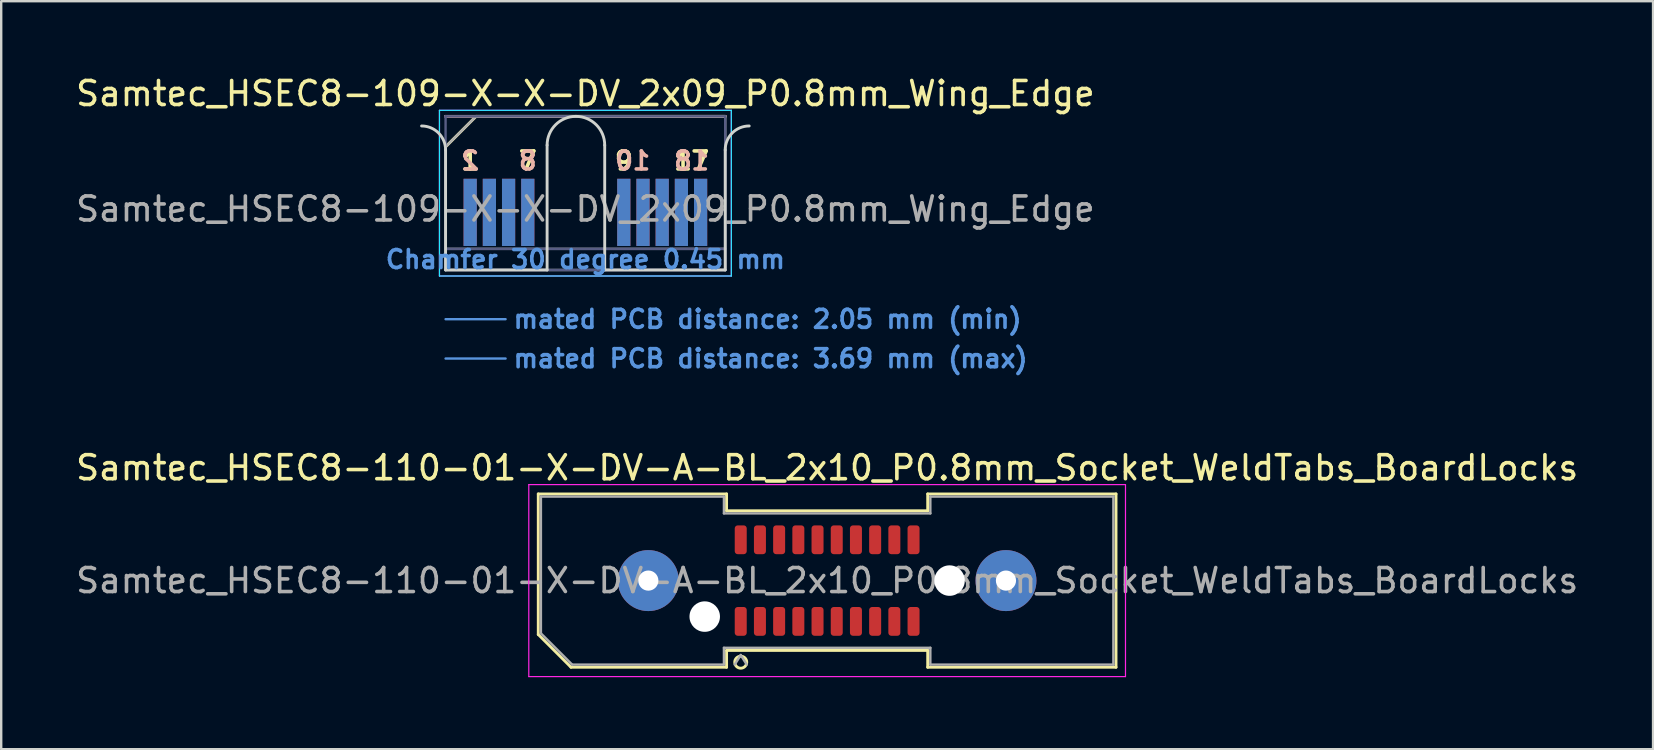
<source format=kicad_pcb>
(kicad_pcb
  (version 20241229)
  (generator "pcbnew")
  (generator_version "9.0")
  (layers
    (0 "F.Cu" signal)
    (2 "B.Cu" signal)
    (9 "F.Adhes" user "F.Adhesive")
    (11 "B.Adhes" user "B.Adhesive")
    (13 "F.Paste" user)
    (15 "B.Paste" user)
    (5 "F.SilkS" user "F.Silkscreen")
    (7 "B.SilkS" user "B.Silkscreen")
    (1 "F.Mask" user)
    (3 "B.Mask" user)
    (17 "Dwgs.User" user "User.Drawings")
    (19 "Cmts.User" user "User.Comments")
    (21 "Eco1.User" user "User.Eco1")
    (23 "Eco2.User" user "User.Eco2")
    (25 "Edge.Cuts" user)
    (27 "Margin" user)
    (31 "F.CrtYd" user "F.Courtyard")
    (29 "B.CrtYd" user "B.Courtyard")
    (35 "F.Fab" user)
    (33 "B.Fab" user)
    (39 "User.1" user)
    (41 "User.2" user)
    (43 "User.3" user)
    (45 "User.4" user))
  (footprint "Samtec_HSEC8-110-01-X-DV-A-BL_2x10_P0.8mm_Socket_WeldTabs_BoardLocks"
    (layer "F.Cu")
    (at 31.411 21.139)
    (property "Reference" "Samtec_HSEC8-110-01-X-DV-A-BL_2x10_P0.8mm_Socket_WeldTabs_BoardLocks" (at 0 -4.7 0) (layer "F.SilkS") (effects (font (size 1 1) (thickness 0.15))))
    (attr smd)
    (fp_line (start -12.035 -3.61) (end -4.19 -3.61) (stroke (width 0.12) (type solid)) (layer "F.SilkS"))
    (fp_line (start -12.035 2.246) (end -12.035 -3.61) (stroke (width 0.12) (type solid)) (layer "F.SilkS"))
    (fp_line (start -10.671 3.61) (end -12.035 2.246) (stroke (width 0.12) (type solid)) (layer "F.SilkS"))
    (fp_line (start -4.19 -3.61) (end -4.19 -2.91) (stroke (width 0.12) (type solid)) (layer "F.SilkS"))
    (fp_line (start -4.19 -2.91) (end 4.19 -2.91) (stroke (width 0.12) (type solid)) (layer "F.SilkS"))
    (fp_line (start -4.19 2.91) (end -4.19 3.61) (stroke (width 0.12) (type solid)) (layer "F.SilkS"))
    (fp_line (start -4.19 3.61) (end -10.671 3.61) (stroke (width 0.12) (type solid)) (layer "F.SilkS"))
    (fp_line (start 4.19 -3.61) (end 12.035 -3.61) (stroke (width 0.12) (type solid)) (layer "F.SilkS"))
    (fp_line (start 4.19 -2.91) (end 4.19 -3.61) (stroke (width 0.12) (type solid)) (layer "F.SilkS"))
    (fp_line (start 4.19 2.91) (end -4.19 2.91) (stroke (width 0.12) (type solid)) (layer "F.SilkS"))
    (fp_line (start 4.19 3.61) (end 4.19 2.91) (stroke (width 0.12) (type solid)) (layer "F.SilkS"))
    (fp_line (start 12.035 -3.61) (end 12.035 3.61) (stroke (width 0.12) (type solid)) (layer "F.SilkS"))
    (fp_line (start 12.035 3.61) (end 4.19 3.61) (stroke (width 0.12) (type solid)) (layer "F.SilkS"))
    (fp_circle (center -3.6 3.4) (end -3.35 3.4) (stroke (width 0.12) (type solid)) (fill no) (layer "F.SilkS"))
    (fp_line (start -12.43 -4) (end -12.43 4) (stroke (width 0.05) (type solid)) (layer "F.CrtYd"))
    (fp_line (start -12.43 4) (end 12.43 4) (stroke (width 0.05) (type solid)) (layer "F.CrtYd"))
    (fp_line (start 12.43 -4) (end -12.43 -4) (stroke (width 0.05) (type solid)) (layer "F.CrtYd"))
    (fp_line (start 12.43 4) (end 12.43 -4) (stroke (width 0.05) (type solid)) (layer "F.CrtYd"))
    (fp_line (start -11.925 -3.5) (end -4.3 -3.5) (stroke (width 0.1) (type solid)) (layer "F.Fab"))
    (fp_line (start -11.925 2.2) (end -11.925 -3.5) (stroke (width 0.1) (type solid)) (layer "F.Fab"))
    (fp_line (start -10.625 3.5) (end -11.925 2.2) (stroke (width 0.1) (type solid)) (layer "F.Fab"))
    (fp_line (start -4.3 -3.5) (end -4.3 -2.8) (stroke (width 0.1) (type solid)) (layer "F.Fab"))
    (fp_line (start -4.3 -2.8) (end 4.3 -2.8) (stroke (width 0.1) (type solid)) (layer "F.Fab"))
    (fp_line (start -4.3 2.8) (end -4.3 3.5) (stroke (width 0.1) (type solid)) (layer "F.Fab"))
    (fp_line (start -4.3 3.5) (end -10.625 3.5) (stroke (width 0.1) (type solid)) (layer "F.Fab"))
    (fp_line (start -3.6 3.1) (end -3.85 3.5) (stroke (width 0.1) (type solid)) (layer "F.Fab"))
    (fp_line (start -3.6 3.1) (end -3.35 3.5) (stroke (width 0.1) (type solid)) (layer "F.Fab"))
    (fp_line (start 4.3 -3.5) (end 11.925 -3.5) (stroke (width 0.1) (type solid)) (layer "F.Fab"))
    (fp_line (start 4.3 -2.8) (end 4.3 -3.5) (stroke (width 0.1) (type solid)) (layer "F.Fab"))
    (fp_line (start 4.3 2.8) (end -4.3 2.8) (stroke (width 0.1) (type solid)) (layer "F.Fab"))
    (fp_line (start 4.3 3.5) (end 4.3 2.8) (stroke (width 0.1) (type solid)) (layer "F.Fab"))
    (fp_line (start 11.925 -3.5) (end 11.925 3.5) (stroke (width 0.1) (type solid)) (layer "F.Fab"))
    (fp_line (start 11.925 3.5) (end 4.3 3.5) (stroke (width 0.1) (type solid)) (layer "F.Fab"))
    (fp_text user "${REFERENCE}" (at 0 0 0) (layer "F.Fab") (effects (font (size 1 1) (thickness 0.15))))
    (pad "" thru_hole circle (at -7.45 0) (size 2.54 2.54) (drill 0.84) (layers "*.Cu" "*.Mask" "F.Paste"))
    (pad "" np_thru_hole circle (at -5.1 1.5) (size 1.27 1.27) (drill 1.27) (layers "*.Cu" "*.Mask"))
    (pad "" np_thru_hole circle (at 5.1 0) (size 1.27 1.27) (drill 1.27) (layers "*.Cu" "*.Mask"))
    (pad "" thru_hole circle (at 7.45 0) (size 2.54 2.54) (drill 0.84) (layers "*.Cu" "*.Mask" "F.Paste"))
    (pad "1" smd roundrect (at -3.6 1.7) (size 0.5 1.2) (layers "F.Cu" "F.Mask" "F.Paste") (roundrect_rratio 0.25))
    (pad "2" smd roundrect (at -3.6 -1.7) (size 0.5 1.2) (layers "F.Cu" "F.Mask" "F.Paste") (roundrect_rratio 0.25))
    (pad "3" smd roundrect (at -2.8 1.7) (size 0.5 1.2) (layers "F.Cu" "F.Mask" "F.Paste") (roundrect_rratio 0.25))
    (pad "4" smd roundrect (at -2.8 -1.7) (size 0.5 1.2) (layers "F.Cu" "F.Mask" "F.Paste") (roundrect_rratio 0.25))
    (pad "5" smd roundrect (at -2 1.7) (size 0.5 1.2) (layers "F.Cu" "F.Mask" "F.Paste") (roundrect_rratio 0.25))
    (pad "6" smd roundrect (at -2 -1.7) (size 0.5 1.2) (layers "F.Cu" "F.Mask" "F.Paste") (roundrect_rratio 0.25))
    (pad "7" smd roundrect (at -1.2 1.7) (size 0.5 1.2) (layers "F.Cu" "F.Mask" "F.Paste") (roundrect_rratio 0.25))
    (pad "8" smd roundrect (at -1.2 -1.7) (size 0.5 1.2) (layers "F.Cu" "F.Mask" "F.Paste") (roundrect_rratio 0.25))
    (pad "9" smd roundrect (at -0.4 1.7) (size 0.5 1.2) (layers "F.Cu" "F.Mask" "F.Paste") (roundrect_rratio 0.25))
    (pad "10" smd roundrect (at -0.4 -1.7) (size 0.5 1.2) (layers "F.Cu" "F.Mask" "F.Paste") (roundrect_rratio 0.25))
    (pad "11" smd roundrect (at 0.4 1.7) (size 0.5 1.2) (layers "F.Cu" "F.Mask" "F.Paste") (roundrect_rratio 0.25))
    (pad "12" smd roundrect (at 0.4 -1.7) (size 0.5 1.2) (layers "F.Cu" "F.Mask" "F.Paste") (roundrect_rratio 0.25))
    (pad "13" smd roundrect (at 1.2 1.7) (size 0.5 1.2) (layers "F.Cu" "F.Mask" "F.Paste") (roundrect_rratio 0.25))
    (pad "14" smd roundrect (at 1.2 -1.7) (size 0.5 1.2) (layers "F.Cu" "F.Mask" "F.Paste") (roundrect_rratio 0.25))
    (pad "15" smd roundrect (at 2 1.7) (size 0.5 1.2) (layers "F.Cu" "F.Mask" "F.Paste") (roundrect_rratio 0.25))
    (pad "16" smd roundrect (at 2 -1.7) (size 0.5 1.2) (layers "F.Cu" "F.Mask" "F.Paste") (roundrect_rratio 0.25))
    (pad "17" smd roundrect (at 2.8 1.7) (size 0.5 1.2) (layers "F.Cu" "F.Mask" "F.Paste") (roundrect_rratio 0.25))
    (pad "18" smd roundrect (at 2.8 -1.7) (size 0.5 1.2) (layers "F.Cu" "F.Mask" "F.Paste") (roundrect_rratio 0.25))
    (pad "19" smd roundrect (at 3.6 1.7) (size 0.5 1.2) (layers "F.Cu" "F.Mask" "F.Paste") (roundrect_rratio 0.25))
    (pad "20" smd roundrect (at 3.6 -1.7) (size 0.5 1.2) (layers "F.Cu" "F.Mask" "F.Paste") (roundrect_rratio 0.25)))
  (footprint "Samtec_HSEC8-109-X-X-DV_2x09_P0.8mm_Wing_Edge"
    (layer "F.Cu")
    (at 21.339 8.198)
    (property "Reference" "Samtec_HSEC8-109-X-X-DV_2x09_P0.8mm_Wing_Edge" (at 0 -7.35 0) (layer "F.SilkS") (effects (font (size 1 1) (thickness 0.15))))
    (attr exclude_from_pos_files exclude_from_bom)
    (fp_line (start -5.825 -5.13) (end -4.555 -6.4) (stroke (width 0.12) (type solid)) (layer "F.SilkS"))
    (fp_line (start -4.555 -6.4) (end 5.825 -6.4) (stroke (width 0.12) (type solid)) (layer "F.SilkS"))
    (fp_line (start -5.825 -6.4) (end -5.825 -6.4) (stroke (width 0.12) (type solid)) (layer "B.SilkS"))
    (fp_line (start -5.825 -6.4) (end 5.825 -6.4) (stroke (width 0.12) (type solid)) (layer "B.SilkS"))
    (fp_line (start -5.825 2.05) (end -3.325 2.05) (stroke (width 0.1) (type solid)) (layer "Cmts.User"))
    (fp_line (start -5.825 3.69) (end -3.325 3.69) (stroke (width 0.1) (type solid)) (layer "Cmts.User"))
    (fp_line (start -5.825 -5) (end -5.825 0) (stroke (width 0.12) (type solid)) (layer "Edge.Cuts"))
    (fp_line (start -5.825 0) (end -1.595 0) (stroke (width 0.12) (type solid)) (layer "Edge.Cuts"))
    (fp_line (start -1.595 0) (end -1.595 -5.2) (stroke (width 0.12) (type solid)) (layer "Edge.Cuts"))
    (fp_line (start 0.805 -5.2) (end 0.805 0) (stroke (width 0.12) (type solid)) (layer "Edge.Cuts"))
    (fp_line (start 0.805 0) (end 5.825 0) (stroke (width 0.12) (type solid)) (layer "Edge.Cuts"))
    (fp_line (start 5.825 0) (end 5.825 -5) (stroke (width 0.12) (type solid)) (layer "Edge.Cuts"))
    (fp_arc (start -6.825 -6) (mid -6.117893 -5.707107) (end -5.825 -5) (stroke (width 0.12) (type solid)) (layer "Edge.Cuts"))
    (fp_arc (start -1.595 -5.2) (mid -0.395 -6.4) (end 0.805 -5.2) (stroke (width 0.12) (type solid)) (layer "Edge.Cuts"))
    (fp_arc (start 5.825 -5) (mid 6.117893 -5.707107) (end 6.825 -6) (stroke (width 0.12) (type solid)) (layer "Edge.Cuts"))
    (fp_line (start -6.08 -6.65) (end -6.08 0.25) (stroke (width 0.05) (type solid)) (layer "B.CrtYd"))
    (fp_line (start -6.08 0.25) (end 6.08 0.25) (stroke (width 0.05) (type solid)) (layer "B.CrtYd"))
    (fp_line (start 6.08 -6.65) (end -6.08 -6.65) (stroke (width 0.05) (type solid)) (layer "B.CrtYd"))
    (fp_line (start 6.08 0.25) (end 6.08 -6.65) (stroke (width 0.05) (type solid)) (layer "B.CrtYd"))
    (fp_line (start -6.08 -6.65) (end -6.08 0.25) (stroke (width 0.05) (type solid)) (layer "F.CrtYd"))
    (fp_line (start -6.08 0.25) (end 6.08 0.25) (stroke (width 0.05) (type solid)) (layer "F.CrtYd"))
    (fp_line (start 6.08 -6.65) (end -6.08 -6.65) (stroke (width 0.05) (type solid)) (layer "F.CrtYd"))
    (fp_line (start 6.08 0.25) (end 6.08 -6.65) (stroke (width 0.05) (type solid)) (layer "F.CrtYd"))
    (fp_line (start -5.825 -6.4) (end -5.825 -6.4) (stroke (width 0.1) (type solid)) (layer "B.Fab"))
    (fp_line (start -5.825 -6.4) (end -5.825 0) (stroke (width 0.1) (type solid)) (layer "B.Fab"))
    (fp_line (start -5.825 -6.4) (end 5.825 -6.4) (stroke (width 0.1) (type solid)) (layer "B.Fab"))
    (fp_line (start -5.825 -0.88) (end 5.825 -0.88) (stroke (width 0.1) (type solid)) (layer "B.Fab"))
    (fp_line (start -5.825 0) (end 5.825 0) (stroke (width 0.1) (type solid)) (layer "B.Fab"))
    (fp_line (start 5.825 -6.4) (end 5.825 0) (stroke (width 0.1) (type solid)) (layer "B.Fab"))
    (fp_line (start -5.825 -5.13) (end -5.825 0) (stroke (width 0.1) (type solid)) (layer "F.Fab"))
    (fp_line (start -5.825 -5.13) (end -4.555 -6.4) (stroke (width 0.1) (type solid)) (layer "F.Fab"))
    (fp_line (start -5.825 -0.88) (end 5.825 -0.88) (stroke (width 0.1) (type solid)) (layer "F.Fab"))
    (fp_line (start -5.825 0) (end 5.825 0) (stroke (width 0.1) (type solid)) (layer "F.Fab"))
    (fp_line (start -4.555 -6.4) (end 5.825 -6.4) (stroke (width 0.1) (type solid)) (layer "F.Fab"))
    (fp_line (start 5.825 -6.4) (end 5.825 0) (stroke (width 0.1) (type solid)) (layer "F.Fab"))
    (fp_text user "7" (at -2.4 -4.55 0) (layer "F.SilkS") (effects (font (size 0.75 0.75) (thickness 0.15))))
    (fp_text user "17" (at 4.425 -4.55 0) (layer "F.SilkS") (effects (font (size 0.75 0.75) (thickness 0.15))))
    (fp_text user "1" (at -4.8 -4.55 0) (layer "F.SilkS") (effects (font (size 0.75 0.75) (thickness 0.15))))
    (fp_text user "9" (at 1.6 -4.55 0) (layer "F.SilkS") (effects (font (size 0.75 0.75) (thickness 0.15))))
    (fp_text user "8" (at -2.4 -4.55 0) (layer "B.SilkS") (effects (font (size 0.75 0.75) (thickness 0.15)) (justify mirror)))
    (fp_text user "2" (at -4.8 -4.55 0) (layer "B.SilkS") (effects (font (size 0.75 0.75) (thickness 0.15)) (justify mirror)))
    (fp_text user "10" (at 1.975 -4.55 0) (layer "B.SilkS") (effects (font (size 0.75 0.75) (thickness 0.15)) (justify mirror)))
    (fp_text user "18" (at 4.425 -4.55 0) (layer "B.SilkS") (effects (font (size 0.75 0.75) (thickness 0.15)) (justify mirror)))
    (fp_text user "mated PCB distance: 2.05 mm (min)" (at -3.08 2.05 0) (layer "Cmts.User") (effects (font (size 0.75 0.75) (thickness 0.15)) (justify left)))
    (fp_text user "Chamfer 30 degree 0.45 mm" (at 0 -0.44 0) (layer "Cmts.User") (effects (font (size 0.75 0.75) (thickness 0.15))))
    (fp_text user "mated PCB distance: 3.69 mm (max)" (at -3.08 3.69 0) (layer "Cmts.User") (effects (font (size 0.75 0.75) (thickness 0.15)) (justify left)))
    (fp_text user "${REFERENCE}" (at 0 -2.54 0) (layer "F.Fab") (effects (font (size 1 1) (thickness 0.15))))
    (pad "1" connect rect (at -4.8 -2.4) (size 0.55 2.8) (layers "F.Cu" "F.Mask"))
    (pad "2" connect rect (at -4.8 -2.4) (size 0.55 2.8) (layers "B.Cu" "B.Mask"))
    (pad "3" connect rect (at -4 -2.4) (size 0.55 2.8) (layers "F.Cu" "F.Mask"))
    (pad "4" connect rect (at -4 -2.4) (size 0.55 2.8) (layers "B.Cu" "B.Mask"))
    (pad "5" connect rect (at -3.2 -2.4) (size 0.55 2.8) (layers "F.Cu" "F.Mask"))
    (pad "6" connect rect (at -3.2 -2.4) (size 0.55 2.8) (layers "B.Cu" "B.Mask"))
    (pad "7" connect rect (at -2.4 -2.4) (size 0.55 2.8) (layers "F.Cu" "F.Mask"))
    (pad "8" connect rect (at -2.4 -2.4) (size 0.55 2.8) (layers "B.Cu" "B.Mask"))
    (pad "9" connect rect (at 1.6 -2.4) (size 0.55 2.8) (layers "F.Cu" "F.Mask"))
    (pad "10" connect rect (at 1.6 -2.4) (size 0.55 2.8) (layers "B.Cu" "B.Mask"))
    (pad "11" connect rect (at 2.4 -2.4) (size 0.55 2.8) (layers "F.Cu" "F.Mask"))
    (pad "12" connect rect (at 2.4 -2.4) (size 0.55 2.8) (layers "B.Cu" "B.Mask"))
    (pad "13" connect rect (at 3.2 -2.4) (size 0.55 2.8) (layers "F.Cu" "F.Mask"))
    (pad "14" connect rect (at 3.2 -2.4) (size 0.55 2.8) (layers "B.Cu" "B.Mask"))
    (pad "15" connect rect (at 4 -2.4) (size 0.55 2.8) (layers "F.Cu" "F.Mask"))
    (pad "16" connect rect (at 4 -2.4) (size 0.55 2.8) (layers "B.Cu" "B.Mask"))
    (pad "17" connect rect (at 4.8 -2.4) (size 0.55 2.8) (layers "F.Cu" "F.Mask"))
    (pad "18" connect rect (at 4.8 -2.4) (size 0.55 2.8) (layers "B.Cu" "B.Mask")))
  (gr_rect
    (start -3 -3)
    (end 65.821 28.163)
    (stroke (width 0.1) (type default))
    (fill no)
    (layer "Edge.Cuts")))
</source>
